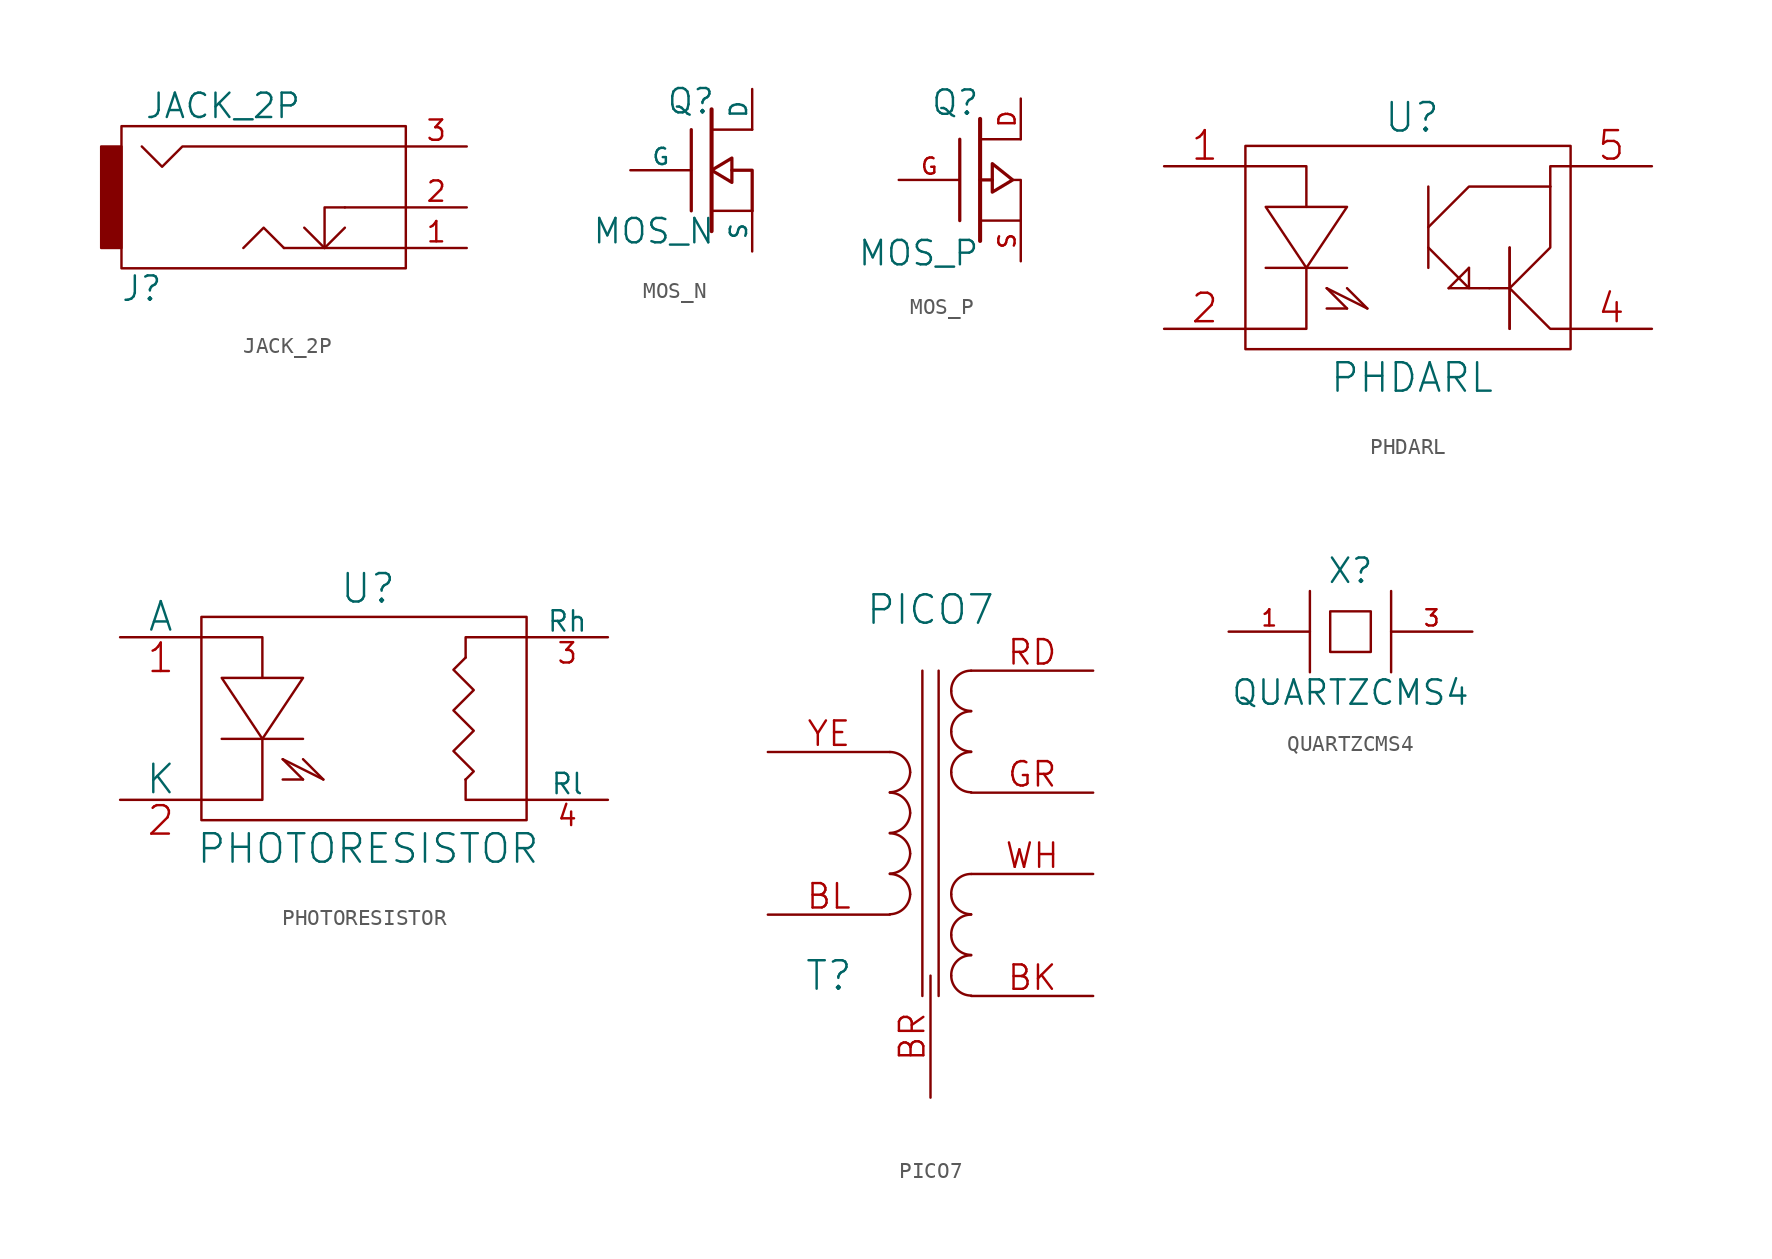
<source format=kicad_sym>
(kicad_symbol_lib
  (version 20211014)
  (generator kicad_symbol_editor)
  (symbol "JACK_2P"
    (pin_names
      (offset 1.016))
    (property "Reference" "J"
      (at -8.89 -5.08 0)
      (effects (font (size 1.524 1.524))))
    (property "Value" "JACK_2P"
      (at -3.81 6.35 0)
      (effects (font (size 1.524 1.524))))
    (property "Footprint" ""
      (at 0 0 0)
      (effects (font (size 1.524 1.524))))
    (property "Datasheet" ""
      (at 0 0 0)
      (effects (font (size 1.524 1.524))))
    (symbol "JACK_2P_0_1"
      (rectangle (start -11.43 3.81) (end -10.16 -2.54) (stroke (width 0) (type default) (color 0 0 0 0)) (fill (type outline)))
      (polyline (pts (xy 3.81 0) (xy 7.62 0) (xy 7.62 0)) (stroke (width 0) (type default) (color 0 0 0 0)) (fill (type none)))
      (polyline (pts (xy 0 -2.54) (xy -1.27 -1.27) (xy -2.54 -2.54) (xy -2.54 -2.54)) (stroke (width 0) (type default) (color 0 0 0 0)) (fill (type none)))
      (polyline (pts (xy 0 -2.54) (xy 7.62 -2.54) (xy 7.62 -2.54) (xy 7.62 -2.54)) (stroke (width 0) (type default) (color 0 0 0 0)) (fill (type none)))
      (polyline (pts (xy 1.27 -1.27) (xy 2.54 -2.54) (xy 3.81 -1.27) (xy 3.81 -1.27)) (stroke (width 0) (type default) (color 0 0 0 0)) (fill (type none)))
      (polyline (pts (xy 3.81 0) (xy 2.54 0) (xy 2.54 -2.54) (xy 2.54 -2.54)) (stroke (width 0) (type default) (color 0 0 0 0)) (fill (type none)))
      (polyline (pts (xy 7.62 3.81) (xy -6.35 3.81) (xy -7.62 2.54) (xy -8.89 3.81) (xy -8.89 3.81)) (stroke (width 0) (type default) (color 0 0 0 0)) (fill (type none)))
      (rectangle (start 7.62 -3.81) (end -10.16 5.08) (stroke (width 0) (type default) (color 0 0 0 0)) (fill (type none))))
    (symbol "JACK_2P_1_1"
      (pin passive line (at 11.43 -2.54 180) (length 3.81) (name "~" (effects (font (size 1.27 1.27)))) (number "1" (effects (font (size 1.27 1.27)))))
      (pin passive line (at 11.43 0 180) (length 3.81) (name "~" (effects (font (size 1.27 1.27)))) (number "2" (effects (font (size 1.27 1.27)))))
      (pin passive line (at 11.43 3.81 180) (length 3.81) (name "~" (effects (font (size 1.27 1.27)))) (number "3" (effects (font (size 1.27 1.27)))))))
  (symbol "MOS_N"
    (pin_numbers hide)
    (pin_names
      (offset 0))
    (property "Reference" "Q"
      (at 0.254 4.318 0)
      (effects (font (size 1.524 1.524)) (justify right)))
    (property "Value" "MOS_N"
      (at 0.254 -3.81 0)
      (effects (font (size 1.524 1.524)) (justify right)))
    (property "Footprint" ""
      (at 0 0 0)
      (effects (font (size 1.524 1.524))))
    (property "Datasheet" ""
      (at 0 0 0)
      (effects (font (size 1.524 1.524))))
    (symbol "MOS_N_0_1"
      (polyline (pts (xy -1.27 -2.54) (xy -1.27 2.54)) (stroke (width 0.203) (type default) (color 0 0 0 0)) (fill (type none)))
      (polyline (pts (xy 0 -3.81) (xy 0 3.81)) (stroke (width 0.254) (type default) (color 0 0 0 0)) (fill (type none)))
      (polyline (pts (xy 2.54 -2.54) (xy 0 -2.54)) (stroke (width 0) (type default) (color 0 0 0 0)) (fill (type none)))
      (polyline (pts (xy 2.54 2.54) (xy 0 2.54)) (stroke (width 0) (type default) (color 0 0 0 0)) (fill (type none)))
      (polyline (pts (xy 2.54 -2.54) (xy 2.54 0) (xy 1.27 0)) (stroke (width 0.203) (type default) (color 0 0 0 0)) (fill (type none)))
      (polyline (pts (xy 1.27 0.762) (xy 1.27 -0.762) (xy 0 0) (xy 1.27 0.762) (xy 1.27 0.762)) (stroke (width 0.203) (type default) (color 0 0 0 0)) (fill (type none))))
    (symbol "MOS_N_1_1"
      (pin passive line (at 2.54 5.08 270) (length 2.54) (name "D" (effects (font (size 1.016 1.016)))) (number "D" (effects (font (size 1.016 1.016)))))
      (pin input line (at -5.08 0 0) (length 3.81) (name "G" (effects (font (size 1.016 1.016)))) (number "G" (effects (font (size 1.016 1.016)))))
      (pin passive line (at 2.54 -5.08 90) (length 2.54) (name "S" (effects (font (size 1.016 1.016)))) (number "S" (effects (font (size 1.016 1.016)))))))
  (symbol "MOS_P"
    (pin_names
      (offset 1.016) hide)
    (property "Reference" "Q"
      (at 0 4.826 0)
      (effects (font (size 1.524 1.524)) (justify right)))
    (property "Value" "MOS_P"
      (at 0 -4.572 0)
      (effects (font (size 1.524 1.524)) (justify right)))
    (property "Footprint" ""
      (at 0 0 0)
      (effects (font (size 1.524 1.524))))
    (property "Datasheet" ""
      (at 0 0 0)
      (effects (font (size 1.524 1.524))))
    (symbol "MOS_P_0_1"
      (polyline (pts (xy -1.27 -2.54) (xy -1.27 2.54)) (stroke (width 0.203) (type default) (color 0 0 0 0)) (fill (type none)))
      (polyline (pts (xy 0 -3.81) (xy 0 3.81)) (stroke (width 0.254) (type default) (color 0 0 0 0)) (fill (type none)))
      (polyline (pts (xy 0.762 0) (xy 0 0)) (stroke (width 0.203) (type default) (color 0 0 0 0)) (fill (type none)))
      (polyline (pts (xy 2.54 -2.54) (xy 0 -2.54)) (stroke (width 0) (type default) (color 0 0 0 0)) (fill (type none)))
      (polyline (pts (xy 2.54 2.54) (xy 0 2.54)) (stroke (width 0) (type default) (color 0 0 0 0)) (fill (type none)))
      (polyline (pts (xy 2.032 0) (xy 2.54 0) (xy 2.54 -2.54)) (stroke (width 0) (type default) (color 0 0 0 0)) (fill (type none)))
      (polyline (pts (xy 0.762 1.016) (xy 0.762 -0.762) (xy 2.032 0) (xy 0.762 1.016) (xy 0.762 1.016)) (stroke (width 0.203) (type default) (color 0 0 0 0)) (fill (type none))))
    (symbol "MOS_P_1_1"
      (pin passive line (at 2.54 5.08 270) (length 2.54) (name "D" (effects (font (size 1.016 1.016)))) (number "D" (effects (font (size 1.016 1.016)))))
      (pin input line (at -5.08 0 0) (length 3.81) (name "G" (effects (font (size 1.016 1.016)))) (number "G" (effects (font (size 1.016 1.016)))))
      (pin passive line (at 2.54 -5.08 90) (length 2.54) (name "S" (effects (font (size 1.016 1.016)))) (number "S" (effects (font (size 1.016 1.016)))))))
  (symbol "PHDARL"
    (pin_names
      (offset 0.254))
    (property "Reference" "U"
      (at 0.254 8.128 0)
      (effects (font (size 1.778 1.778))))
    (property "Value" "PHDARL"
      (at 0.254 -8.128 0)
      (effects (font (size 1.778 1.778))))
    (property "Footprint" ""
      (at 0 0 0)
      (effects (font (size 1.524 1.524))))
    (property "Datasheet" ""
      (at 0 0 0)
      (effects (font (size 1.524 1.524))))
    (symbol "PHDARL_0_0"
      (polyline (pts (xy -8.89 -1.27) (xy -3.81 -1.27)) (stroke (width 0) (type default) (color 0 0 0 0)) (fill (type none)))
      (polyline (pts (xy -5.08 -2.54) (xy -3.81 -3.81)) (stroke (width 0) (type default) (color 0 0 0 0)) (fill (type none)))
      (polyline (pts (xy -5.08 -2.54) (xy -2.54 -3.81)) (stroke (width 0) (type default) (color 0 0 0 0)) (fill (type none)))
      (polyline (pts (xy 1.27 3.81) (xy 1.27 -1.27)) (stroke (width 0) (type default) (color 0 0 0 0)) (fill (type none)))
      (polyline (pts (xy 3.81 -1.27) (xy 2.54 -2.54)) (stroke (width 0) (type default) (color 0 0 0 0)) (fill (type none)))
      (polyline (pts (xy 5.08 -2.54) (xy 6.35 -2.54)) (stroke (width 0) (type default) (color 0 0 0 0)) (fill (type none)))
      (polyline (pts (xy 6.35 0) (xy 6.35 -5.08)) (stroke (width 0) (type default) (color 0 0 0 0)) (fill (type none)))
      (polyline (pts (xy 6.35 0) (xy 6.35 -5.08)) (stroke (width 0) (type default) (color 0 0 0 0)) (fill (type none)))
      (polyline (pts (xy -3.81 -3.81) (xy -3.81 -3.81) (xy -5.08 -3.81)) (stroke (width 0) (type default) (color 0 0 0 0)) (fill (type none)))
      (polyline (pts (xy -3.81 -2.54) (xy -2.54 -3.81) (xy -3.81 -2.54)) (stroke (width 0) (type default) (color 0 0 0 0)) (fill (type none)))
      (polyline (pts (xy 1.27 1.27) (xy 3.81 3.81) (xy 8.89 3.81)) (stroke (width 0) (type default) (color 0 0 0 0)) (fill (type none)))
      (polyline (pts (xy 2.54 -2.54) (xy 3.81 -2.54) (xy 3.81 -1.27)) (stroke (width 0) (type default) (color 0 0 0 0)) (fill (type none)))
      (polyline (pts (xy 6.35 -2.54) (xy 8.89 0) (xy 8.89 3.81)) (stroke (width 0) (type default) (color 0 0 0 0)) (fill (type none)))
      (polyline (pts (xy -8.89 2.54) (xy -3.81 2.54) (xy -6.35 -1.27) (xy -8.89 2.54)) (stroke (width 0) (type default) (color 0 0 0 0)) (fill (type none)))
      (polyline (pts (xy 1.27 0) (xy 3.81 -2.54) (xy 3.81 -2.54) (xy 5.08 -2.54)) (stroke (width 0) (type default) (color 0 0 0 0)) (fill (type none))))
    (symbol "PHDARL_0_1"
      (rectangle (start -10.16 6.35) (end 10.16 -6.35) (stroke (width 0) (type default) (color 0 0 0 0)) (fill (type none)))
      (polyline (pts (xy -10.16 -5.08) (xy -6.35 -5.08) (xy -6.35 -1.27)) (stroke (width 0) (type default) (color 0 0 0 0)) (fill (type none)))
      (polyline (pts (xy -10.16 5.08) (xy -6.35 5.08) (xy -6.35 2.54)) (stroke (width 0) (type default) (color 0 0 0 0)) (fill (type none)))
      (polyline (pts (xy 6.35 -2.54) (xy 8.89 -5.08) (xy 10.16 -5.08)) (stroke (width 0) (type default) (color 0 0 0 0)) (fill (type none)))
      (polyline (pts (xy 8.89 3.81) (xy 8.89 5.08) (xy 10.16 5.08)) (stroke (width 0) (type default) (color 0 0 0 0)) (fill (type none))))
    (symbol "PHDARL_1_1"
      (pin input line (at -15.24 5.08 0) (length 5.08) (name "~" (effects (font (size 1.778 1.778)))) (number "1" (effects (font (size 1.778 1.778)))))
      (pin input line (at -15.24 -5.08 0) (length 5.08) (name "~" (effects (font (size 1.778 1.778)))) (number "2" (effects (font (size 1.778 1.778)))))
      (pin open_emitter line (at 15.24 -5.08 180) (length 5.08) (name "~" (effects (font (size 1.778 1.778)))) (number "4" (effects (font (size 1.778 1.778)))))
      (pin open_collector line (at 15.24 5.08 180) (length 5.08) (name "~" (effects (font (size 1.778 1.778)))) (number "5" (effects (font (size 1.778 1.778)))))))
  (symbol "PHOTORESISTOR"
    (pin_names
      (offset 0))
    (property "Reference" "U"
      (at 0.254 8.128 0)
      (effects (font (size 1.778 1.778))))
    (property "Value" "PHOTORESISTOR"
      (at 0.254 -8.128 0)
      (effects (font (size 1.778 1.778))))
    (property "Footprint" ""
      (at 0 0 0)
      (effects (font (size 1.524 1.524))))
    (property "Datasheet" ""
      (at 0 0 0)
      (effects (font (size 1.524 1.524))))
    (symbol "PHOTORESISTOR_0_0"
      (polyline (pts (xy -8.89 -1.27) (xy -3.81 -1.27)) (stroke (width 0) (type default) (color 0 0 0 0)) (fill (type none)))
      (polyline (pts (xy -5.08 -2.54) (xy -3.81 -3.81)) (stroke (width 0) (type default) (color 0 0 0 0)) (fill (type none)))
      (polyline (pts (xy -5.08 -2.54) (xy -2.54 -3.81)) (stroke (width 0) (type default) (color 0 0 0 0)) (fill (type none)))
      (polyline (pts (xy -3.81 -3.81) (xy -3.81 -3.81) (xy -5.08 -3.81)) (stroke (width 0) (type default) (color 0 0 0 0)) (fill (type none)))
      (polyline (pts (xy -3.81 -2.54) (xy -2.54 -3.81) (xy -3.81 -2.54)) (stroke (width 0) (type default) (color 0 0 0 0)) (fill (type none)))
      (polyline (pts (xy -8.89 2.54) (xy -3.81 2.54) (xy -6.35 -1.27) (xy -8.89 2.54)) (stroke (width 0) (type default) (color 0 0 0 0)) (fill (type none))))
    (symbol "PHOTORESISTOR_0_1"
      (rectangle (start -10.16 6.35) (end 10.16 -6.35) (stroke (width 0) (type default) (color 0 0 0 0)) (fill (type none)))
      (polyline (pts (xy 6.35 -3.81) (xy 6.35 -3.81)) (stroke (width 0) (type default) (color 0 0 0 0)) (fill (type none)))
      (polyline (pts (xy -10.16 -5.08) (xy -6.35 -5.08) (xy -6.35 -1.27)) (stroke (width 0) (type default) (color 0 0 0 0)) (fill (type none)))
      (polyline (pts (xy -10.16 5.08) (xy -6.35 5.08) (xy -6.35 2.54)) (stroke (width 0) (type default) (color 0 0 0 0)) (fill (type none)))
      (polyline (pts (xy 10.16 -5.08) (xy 6.35 -5.08) (xy 6.35 -3.81) (xy 6.35 -3.81)) (stroke (width 0) (type default) (color 0 0 0 0)) (fill (type none)))
      (polyline (pts (xy 10.16 5.08) (xy 6.35 5.08) (xy 6.35 3.81) (xy 6.35 3.81) (xy 6.35 3.81)) (stroke (width 0) (type default) (color 0 0 0 0)) (fill (type none)))
      (polyline (pts (xy 6.35 3.81) (xy 5.588 3.048) (xy 6.858 1.778) (xy 5.588 0.508) (xy 6.858 -0.762) (xy 5.588 -2.032) (xy 6.858 -3.302) (xy 6.35 -3.81) (xy 6.35 -3.81) (xy 6.35 -3.81)) (stroke (width 0) (type default) (color 0 0 0 0)) (fill (type none))))
    (symbol "PHOTORESISTOR_1_1"
      (pin input line (at -15.24 5.08 0) (length 5.08) (name "A" (effects (font (size 1.778 1.778)))) (number "1" (effects (font (size 1.778 1.778)))))
      (pin input line (at -15.24 -5.08 0) (length 5.08) (name "K" (effects (font (size 1.778 1.778)))) (number "2" (effects (font (size 1.778 1.778)))))
      (pin passive line (at 15.24 5.08 180) (length 5.08) (name "Rh" (effects (font (size 1.27 1.27)))) (number "3" (effects (font (size 1.27 1.27)))))
      (pin passive line (at 15.24 -5.08 180) (length 5.08) (name "Rl" (effects (font (size 1.27 1.27)))) (number "4" (effects (font (size 1.27 1.27)))))))
  (symbol "PICO7"
    (pin_names
      (offset 1.016) hide)
    (property "Reference" "T"
      (at -6.35 -8.89 0)
      (effects (font (size 1.778 1.778))))
    (property "Value" "PICO7"
      (at 0 13.97 0)
      (effects (font (size 1.778 1.778))))
    (property "Footprint" ""
      (at 0 0 0)
      (effects (font (size 1.524 1.524))))
    (property "Datasheet" ""
      (at 0 0 0)
      (effects (font (size 1.524 1.524))))
    (symbol "PICO7_0_1"
      (arc (start -2.54 -5.0546) (mid -1.6599 -4.6901) (end -1.27 -3.81) (stroke (width 0) (type default) (color 0 0 0 0)) (fill (type none)))
      (arc (start -2.54 -2.5146) (mid -1.6599 -2.1501) (end -1.27 -1.27) (stroke (width 0) (type default) (color 0 0 0 0)) (fill (type none)))
      (arc (start -2.54 0.0254) (mid -1.6599 0.3899) (end -1.27 1.27) (stroke (width 0) (type default) (color 0 0 0 0)) (fill (type none)))
      (arc (start -2.54 2.5654) (mid -1.6599 2.9299) (end -1.27 3.81) (stroke (width 0) (type default) (color 0 0 0 0)) (fill (type none)))
      (arc (start -1.27 -3.81) (mid -1.642 -2.912) (end -2.54 -2.54) (stroke (width 0) (type default) (color 0 0 0 0)) (fill (type none)))
      (arc (start -1.27 -1.27) (mid -1.642 -0.372) (end -2.54 0) (stroke (width 0) (type default) (color 0 0 0 0)) (fill (type none)))
      (arc (start -1.27 1.27) (mid -1.642 2.168) (end -2.54 2.54) (stroke (width 0) (type default) (color 0 0 0 0)) (fill (type none)))
      (arc (start -1.27 3.81) (mid -1.642 4.708) (end -2.54 5.08) (stroke (width 0) (type default) (color 0 0 0 0)) (fill (type none)))
      (polyline (pts (xy -0.508 -10.16) (xy -0.508 10.16)) (stroke (width 0) (type default) (color 0 0 0 0)) (fill (type none)))
      (polyline (pts (xy 0.508 10.16) (xy 0.508 -10.16)) (stroke (width 0) (type default) (color 0 0 0 0)) (fill (type none)))
      (arc (start 1.2954 -8.89) (mid 1.6599 -9.7701) (end 2.54 -10.1346) (stroke (width 0) (type default) (color 0 0 0 0)) (fill (type none)))
      (arc (start 1.2954 -6.35) (mid 1.6599 -7.2301) (end 2.54 -7.5946) (stroke (width 0) (type default) (color 0 0 0 0)) (fill (type none)))
      (arc (start 1.2954 -3.81) (mid 1.6599 -4.6901) (end 2.54 -5.0546) (stroke (width 0) (type default) (color 0 0 0 0)) (fill (type none)))
      (arc (start 1.2954 3.81) (mid 1.6599 2.9299) (end 2.54 2.5654) (stroke (width 0) (type default) (color 0 0 0 0)) (fill (type none)))
      (arc (start 1.2954 6.35) (mid 1.6599 5.4699) (end 2.54 5.1054) (stroke (width 0) (type default) (color 0 0 0 0)) (fill (type none)))
      (arc (start 1.2954 8.89) (mid 1.6599 8.0099) (end 2.54 7.6454) (stroke (width 0) (type default) (color 0 0 0 0)) (fill (type none)))
      (arc (start 2.54 -7.62) (mid 1.642 -7.992) (end 1.2954 -8.89) (stroke (width 0) (type default) (color 0 0 0 0)) (fill (type none)))
      (arc (start 2.54 -5.08) (mid 1.642 -5.452) (end 1.2954 -6.35) (stroke (width 0) (type default) (color 0 0 0 0)) (fill (type none)))
      (arc (start 2.54 -2.54) (mid 1.642 -2.912) (end 1.2954 -3.81) (stroke (width 0) (type default) (color 0 0 0 0)) (fill (type none)))
      (arc (start 2.54 5.08) (mid 1.642 4.708) (end 1.2954 3.81) (stroke (width 0) (type default) (color 0 0 0 0)) (fill (type none)))
      (arc (start 2.54 7.62) (mid 1.642 7.248) (end 1.2954 6.35) (stroke (width 0) (type default) (color 0 0 0 0)) (fill (type none)))
      (arc (start 2.54 10.16) (mid 1.642 9.788) (end 1.2954 8.89) (stroke (width 0) (type default) (color 0 0 0 0)) (fill (type none))))
    (symbol "PICO7_1_1"
      (pin passive line (at 10.16 -10.16 180) (length 7.62) (name "SD" (effects (font (size 1.524 1.524)))) (number "BK" (effects (font (size 1.524 1.524)))))
      (pin passive line (at -10.16 -5.08 0) (length 7.62) (name "AB" (effects (font (size 1.524 1.524)))) (number "BL" (effects (font (size 1.524 1.524)))))
      (pin passive line (at 0 -16.51 90) (length 7.62) (name "~" (effects (font (size 1.524 1.524)))) (number "BR" (effects (font (size 1.524 1.524)))))
      (pin passive line (at 10.16 2.54 180) (length 7.62) (name "SB" (effects (font (size 1.524 1.524)))) (number "GR" (effects (font (size 1.524 1.524)))))
      (pin passive line (at 10.16 10.16 180) (length 7.62) (name "SA" (effects (font (size 1.524 1.524)))) (number "RD" (effects (font (size 1.524 1.524)))))
      (pin passive line (at 10.16 -2.54 180) (length 7.62) (name "SC" (effects (font (size 1.524 1.524)))) (number "WH" (effects (font (size 1.524 1.524)))))
      (pin passive line (at -10.16 5.08 0) (length 7.62) (name "AA" (effects (font (size 1.524 1.524)))) (number "YE" (effects (font (size 1.524 1.524)))))))
  (symbol "QUARTZCMS4"
    (pin_names
      (offset 1.016) hide)
    (property "Reference" "X"
      (at 0 3.81 0)
      (effects (font (size 1.524 1.524))))
    (property "Value" "QUARTZCMS4"
      (at 0 -3.81 0)
      (effects (font (size 1.524 1.524))))
    (property "Footprint" ""
      (at 0 0 0)
      (effects (font (size 1.524 1.524))))
    (property "Datasheet" ""
      (at 0 0 0)
      (effects (font (size 1.524 1.524))))
    (symbol "QUARTZCMS4_0_1"
      (polyline (pts (xy -2.54 2.54) (xy -2.54 -2.54)) (stroke (width 0) (type default) (color 0 0 0 0)) (fill (type none)))
      (polyline (pts (xy 2.54 2.54) (xy 2.54 -2.54)) (stroke (width 0) (type default) (color 0 0 0 0)) (fill (type none)))
      (polyline (pts (xy -1.27 1.27) (xy 1.27 1.27) (xy 1.27 -1.27) (xy -1.27 -1.27) (xy -1.27 1.27)) (stroke (width 0) (type default) (color 0 0 0 0)) (fill (type none))))
    (symbol "QUARTZCMS4_1_1"
      (pin passive line (at -7.62 0 0) (length 5.08) (name "1" (effects (font (size 1.016 1.016)))) (number "1" (effects (font (size 1.016 1.016)))))
      (pin passive line (at 7.62 0 180) (length 5.08) (name "3" (effects (font (size 1.016 1.016)))) (number "3" (effects (font (size 1.016 1.016))))))))
</source>
